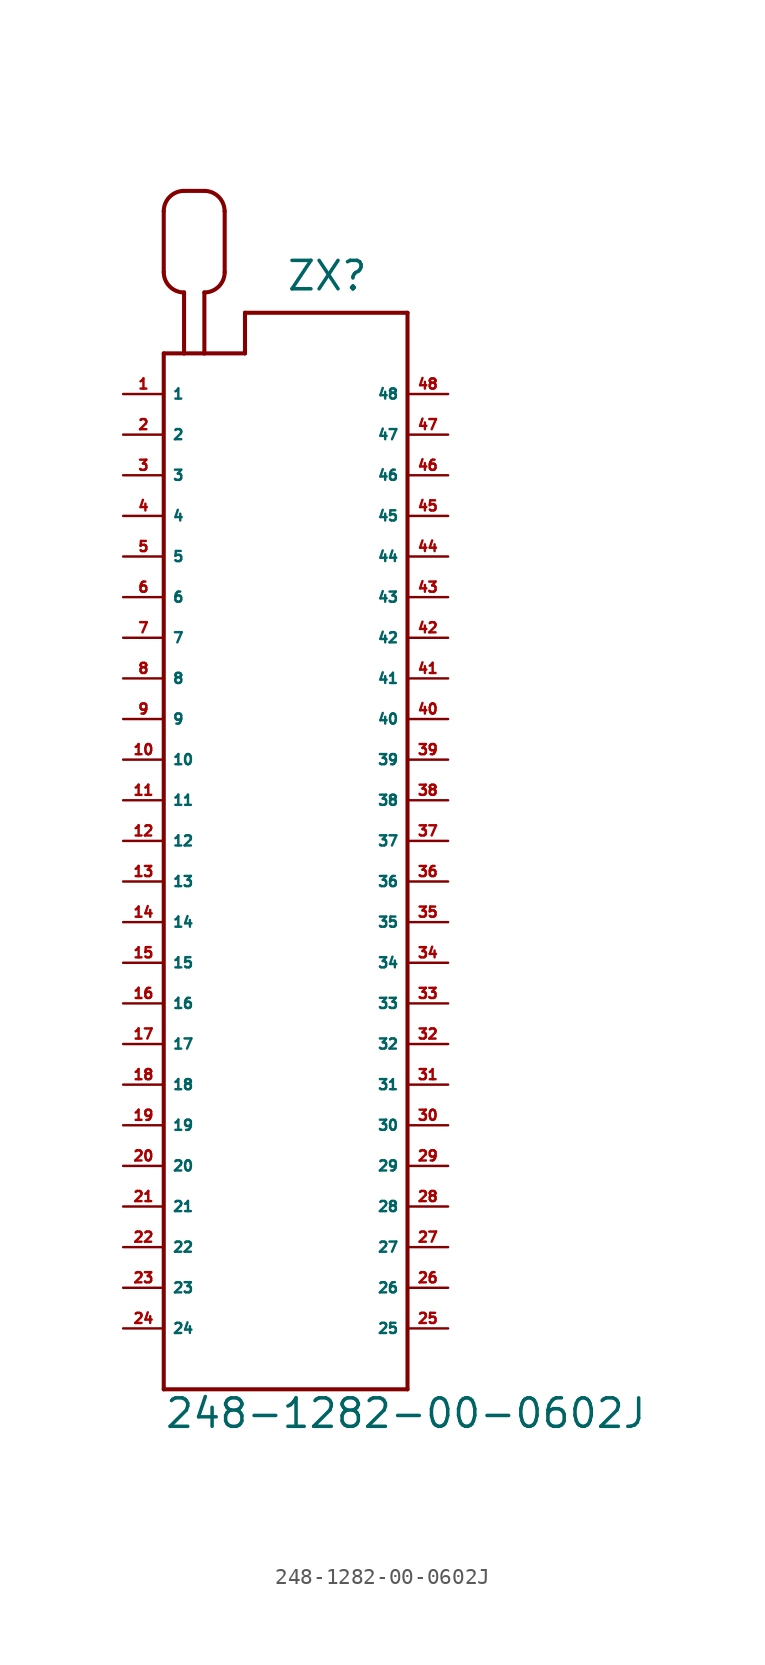
<source format=kicad_sym>
(kicad_symbol_lib
  (version 20220914)
  (generator Eagle2Kicad)
  (symbol "248-1282-00-0602J"
    (property "Reference" "ZX"
      (at 0 34.29 0)
      (effects (font (size 1.778 1.778) (thickness 0.22)) (justify left bottom)))
    (property "Value" "248-1282-00-0602J"
      (at -7.62 -36.83 0)
      (effects (font (size 1.778 1.778) (thickness 0.22)) (justify left bottom)))
    (polyline
      (pts (xy -7.62 30.48) (xy -7.62 -34.29))
      (stroke (width 0.254) (type default))
      (fill (type none)))
    (polyline
      (pts (xy -7.62 -34.29) (xy 7.62 -34.29))
      (stroke (width 0.254) (type default))
      (fill (type none)))
    (polyline
      (pts (xy 7.62 -34.29) (xy 7.62 33.02))
      (stroke (width 0.254) (type default))
      (fill (type none)))
    (polyline
      (pts (xy 7.62 33.02) (xy -2.54 33.02))
      (stroke (width 0.254) (type default))
      (fill (type none)))
    (polyline
      (pts (xy -2.54 33.02) (xy -2.54 30.48))
      (stroke (width 0.254) (type default))
      (fill (type none)))
    (polyline
      (pts (xy -2.54 30.48) (xy -5.08 30.48))
      (stroke (width 0.254) (type default))
      (fill (type none)))
    (polyline
      (pts (xy -5.08 30.48) (xy -6.35 30.48))
      (stroke (width 0.254) (type default))
      (fill (type none)))
    (polyline
      (pts (xy -6.35 30.48) (xy -7.62 30.48))
      (stroke (width 0.254) (type default))
      (fill (type none)))
    (polyline
      (pts (xy -6.35 30.48) (xy -6.35 34.29))
      (stroke (width 0.254) (type default))
      (fill (type none)))
    (arc
      (start -7.62 35.56)
      (mid -7.248 34.662)
      (end -6.35 34.29)
      (stroke (width 0.254) (type default))
      (fill (type none)))
    (polyline
      (pts (xy -7.62 35.56) (xy -7.62 39.37))
      (stroke (width 0.254) (type default))
      (fill (type none)))
    (arc
      (start -6.35 40.64)
      (mid -7.248 40.268)
      (end -7.62 39.37)
      (stroke (width 0.254) (type default))
      (fill (type none)))
    (polyline
      (pts (xy -6.35 40.64) (xy -5.08 40.64))
      (stroke (width 0.254) (type default))
      (fill (type none)))
    (arc
      (start -3.81 39.37)
      (mid -4.182 40.268)
      (end -5.08 40.64)
      (stroke (width 0.254) (type default))
      (fill (type none)))
    (polyline
      (pts (xy -3.81 39.37) (xy -3.81 35.56))
      (stroke (width 0.254) (type default))
      (fill (type none)))
    (arc
      (start -5.08 34.29)
      (mid -4.182 34.662)
      (end -3.81 35.56)
      (stroke (width 0.254) (type default))
      (fill (type none)))
    (polyline
      (pts (xy -5.08 34.29) (xy -5.08 30.48))
      (stroke (width 0.254) (type default))
      (fill (type none)))
    (pin passive line
      (at -10.16 27.94 0)
      (length 2.54)
      (name "1" (effects (font (size 0.635 0.635) (thickness 0.08)) (justify left bottom)))
      (number "1" (effects (font (size 0.635 0.635) (thickness 0.08)) (justify left bottom))))
    (pin passive line
      (at -10.16 25.4 0)
      (length 2.54)
      (name "2" (effects (font (size 0.635 0.635) (thickness 0.08)) (justify left bottom)))
      (number "2" (effects (font (size 0.635 0.635) (thickness 0.08)) (justify left bottom))))
    (pin passive line
      (at -10.16 22.86 0)
      (length 2.54)
      (name "3" (effects (font (size 0.635 0.635) (thickness 0.08)) (justify left bottom)))
      (number "3" (effects (font (size 0.635 0.635) (thickness 0.08)) (justify left bottom))))
    (pin passive line
      (at -10.16 20.32 0)
      (length 2.54)
      (name "4" (effects (font (size 0.635 0.635) (thickness 0.08)) (justify left bottom)))
      (number "4" (effects (font (size 0.635 0.635) (thickness 0.08)) (justify left bottom))))
    (pin passive line
      (at -10.16 17.78 0)
      (length 2.54)
      (name "5" (effects (font (size 0.635 0.635) (thickness 0.08)) (justify left bottom)))
      (number "5" (effects (font (size 0.635 0.635) (thickness 0.08)) (justify left bottom))))
    (pin passive line
      (at -10.16 15.24 0)
      (length 2.54)
      (name "6" (effects (font (size 0.635 0.635) (thickness 0.08)) (justify left bottom)))
      (number "6" (effects (font (size 0.635 0.635) (thickness 0.08)) (justify left bottom))))
    (pin passive line
      (at -10.16 12.7 0)
      (length 2.54)
      (name "7" (effects (font (size 0.635 0.635) (thickness 0.08)) (justify left bottom)))
      (number "7" (effects (font (size 0.635 0.635) (thickness 0.08)) (justify left bottom))))
    (pin passive line
      (at -10.16 10.16 0)
      (length 2.54)
      (name "8" (effects (font (size 0.635 0.635) (thickness 0.08)) (justify left bottom)))
      (number "8" (effects (font (size 0.635 0.635) (thickness 0.08)) (justify left bottom))))
    (pin passive line
      (at -10.16 7.62 0)
      (length 2.54)
      (name "9" (effects (font (size 0.635 0.635) (thickness 0.08)) (justify left bottom)))
      (number "9" (effects (font (size 0.635 0.635) (thickness 0.08)) (justify left bottom))))
    (pin passive line
      (at -10.16 5.08 0)
      (length 2.54)
      (name "10" (effects (font (size 0.635 0.635) (thickness 0.08)) (justify left bottom)))
      (number "10" (effects (font (size 0.635 0.635) (thickness 0.08)) (justify left bottom))))
    (pin passive line
      (at -10.16 2.54 0)
      (length 2.54)
      (name "11" (effects (font (size 0.635 0.635) (thickness 0.08)) (justify left bottom)))
      (number "11" (effects (font (size 0.635 0.635) (thickness 0.08)) (justify left bottom))))
    (pin passive line
      (at -10.16 0 0)
      (length 2.54)
      (name "12" (effects (font (size 0.635 0.635) (thickness 0.08)) (justify left bottom)))
      (number "12" (effects (font (size 0.635 0.635) (thickness 0.08)) (justify left bottom))))
    (pin passive line
      (at -10.16 -2.54 0)
      (length 2.54)
      (name "13" (effects (font (size 0.635 0.635) (thickness 0.08)) (justify left bottom)))
      (number "13" (effects (font (size 0.635 0.635) (thickness 0.08)) (justify left bottom))))
    (pin passive line
      (at -10.16 -5.08 0)
      (length 2.54)
      (name "14" (effects (font (size 0.635 0.635) (thickness 0.08)) (justify left bottom)))
      (number "14" (effects (font (size 0.635 0.635) (thickness 0.08)) (justify left bottom))))
    (pin passive line
      (at -10.16 -7.62 0)
      (length 2.54)
      (name "15" (effects (font (size 0.635 0.635) (thickness 0.08)) (justify left bottom)))
      (number "15" (effects (font (size 0.635 0.635) (thickness 0.08)) (justify left bottom))))
    (pin passive line
      (at -10.16 -10.16 0)
      (length 2.54)
      (name "16" (effects (font (size 0.635 0.635) (thickness 0.08)) (justify left bottom)))
      (number "16" (effects (font (size 0.635 0.635) (thickness 0.08)) (justify left bottom))))
    (pin passive line
      (at -10.16 -12.7 0)
      (length 2.54)
      (name "17" (effects (font (size 0.635 0.635) (thickness 0.08)) (justify left bottom)))
      (number "17" (effects (font (size 0.635 0.635) (thickness 0.08)) (justify left bottom))))
    (pin passive line
      (at -10.16 -15.24 0)
      (length 2.54)
      (name "18" (effects (font (size 0.635 0.635) (thickness 0.08)) (justify left bottom)))
      (number "18" (effects (font (size 0.635 0.635) (thickness 0.08)) (justify left bottom))))
    (pin passive line
      (at -10.16 -17.78 0)
      (length 2.54)
      (name "19" (effects (font (size 0.635 0.635) (thickness 0.08)) (justify left bottom)))
      (number "19" (effects (font (size 0.635 0.635) (thickness 0.08)) (justify left bottom))))
    (pin passive line
      (at -10.16 -20.32 0)
      (length 2.54)
      (name "20" (effects (font (size 0.635 0.635) (thickness 0.08)) (justify left bottom)))
      (number "20" (effects (font (size 0.635 0.635) (thickness 0.08)) (justify left bottom))))
    (pin passive line
      (at -10.16 -22.86 0)
      (length 2.54)
      (name "21" (effects (font (size 0.635 0.635) (thickness 0.08)) (justify left bottom)))
      (number "21" (effects (font (size 0.635 0.635) (thickness 0.08)) (justify left bottom))))
    (pin passive line
      (at -10.16 -25.4 0)
      (length 2.54)
      (name "22" (effects (font (size 0.635 0.635) (thickness 0.08)) (justify left bottom)))
      (number "22" (effects (font (size 0.635 0.635) (thickness 0.08)) (justify left bottom))))
    (pin passive line
      (at -10.16 -27.94 0)
      (length 2.54)
      (name "23" (effects (font (size 0.635 0.635) (thickness 0.08)) (justify left bottom)))
      (number "23" (effects (font (size 0.635 0.635) (thickness 0.08)) (justify left bottom))))
    (pin passive line
      (at -10.16 -30.48 0)
      (length 2.54)
      (name "24" (effects (font (size 0.635 0.635) (thickness 0.08)) (justify left bottom)))
      (number "24" (effects (font (size 0.635 0.635) (thickness 0.08)) (justify left bottom))))
    (pin passive line
      (at 10.16 -30.48 180)
      (length 2.54)
      (name "25" (effects (font (size 0.635 0.635) (thickness 0.08)) (justify left bottom)))
      (number "25" (effects (font (size 0.635 0.635) (thickness 0.08)) (justify left bottom))))
    (pin passive line
      (at 10.16 -27.94 180)
      (length 2.54)
      (name "26" (effects (font (size 0.635 0.635) (thickness 0.08)) (justify left bottom)))
      (number "26" (effects (font (size 0.635 0.635) (thickness 0.08)) (justify left bottom))))
    (pin passive line
      (at 10.16 -25.4 180)
      (length 2.54)
      (name "27" (effects (font (size 0.635 0.635) (thickness 0.08)) (justify left bottom)))
      (number "27" (effects (font (size 0.635 0.635) (thickness 0.08)) (justify left bottom))))
    (pin passive line
      (at 10.16 -22.86 180)
      (length 2.54)
      (name "28" (effects (font (size 0.635 0.635) (thickness 0.08)) (justify left bottom)))
      (number "28" (effects (font (size 0.635 0.635) (thickness 0.08)) (justify left bottom))))
    (pin passive line
      (at 10.16 -20.32 180)
      (length 2.54)
      (name "29" (effects (font (size 0.635 0.635) (thickness 0.08)) (justify left bottom)))
      (number "29" (effects (font (size 0.635 0.635) (thickness 0.08)) (justify left bottom))))
    (pin passive line
      (at 10.16 -17.78 180)
      (length 2.54)
      (name "30" (effects (font (size 0.635 0.635) (thickness 0.08)) (justify left bottom)))
      (number "30" (effects (font (size 0.635 0.635) (thickness 0.08)) (justify left bottom))))
    (pin passive line
      (at 10.16 -15.24 180)
      (length 2.54)
      (name "31" (effects (font (size 0.635 0.635) (thickness 0.08)) (justify left bottom)))
      (number "31" (effects (font (size 0.635 0.635) (thickness 0.08)) (justify left bottom))))
    (pin passive line
      (at 10.16 -12.7 180)
      (length 2.54)
      (name "32" (effects (font (size 0.635 0.635) (thickness 0.08)) (justify left bottom)))
      (number "32" (effects (font (size 0.635 0.635) (thickness 0.08)) (justify left bottom))))
    (pin passive line
      (at 10.16 -10.16 180)
      (length 2.54)
      (name "33" (effects (font (size 0.635 0.635) (thickness 0.08)) (justify left bottom)))
      (number "33" (effects (font (size 0.635 0.635) (thickness 0.08)) (justify left bottom))))
    (pin passive line
      (at 10.16 -7.62 180)
      (length 2.54)
      (name "34" (effects (font (size 0.635 0.635) (thickness 0.08)) (justify left bottom)))
      (number "34" (effects (font (size 0.635 0.635) (thickness 0.08)) (justify left bottom))))
    (pin passive line
      (at 10.16 -5.08 180)
      (length 2.54)
      (name "35" (effects (font (size 0.635 0.635) (thickness 0.08)) (justify left bottom)))
      (number "35" (effects (font (size 0.635 0.635) (thickness 0.08)) (justify left bottom))))
    (pin passive line
      (at 10.16 -2.54 180)
      (length 2.54)
      (name "36" (effects (font (size 0.635 0.635) (thickness 0.08)) (justify left bottom)))
      (number "36" (effects (font (size 0.635 0.635) (thickness 0.08)) (justify left bottom))))
    (pin passive line
      (at 10.16 0 180)
      (length 2.54)
      (name "37" (effects (font (size 0.635 0.635) (thickness 0.08)) (justify left bottom)))
      (number "37" (effects (font (size 0.635 0.635) (thickness 0.08)) (justify left bottom))))
    (pin passive line
      (at 10.16 2.54 180)
      (length 2.54)
      (name "38" (effects (font (size 0.635 0.635) (thickness 0.08)) (justify left bottom)))
      (number "38" (effects (font (size 0.635 0.635) (thickness 0.08)) (justify left bottom))))
    (pin passive line
      (at 10.16 5.08 180)
      (length 2.54)
      (name "39" (effects (font (size 0.635 0.635) (thickness 0.08)) (justify left bottom)))
      (number "39" (effects (font (size 0.635 0.635) (thickness 0.08)) (justify left bottom))))
    (pin passive line
      (at 10.16 7.62 180)
      (length 2.54)
      (name "40" (effects (font (size 0.635 0.635) (thickness 0.08)) (justify left bottom)))
      (number "40" (effects (font (size 0.635 0.635) (thickness 0.08)) (justify left bottom))))
    (pin passive line
      (at 10.16 10.16 180)
      (length 2.54)
      (name "41" (effects (font (size 0.635 0.635) (thickness 0.08)) (justify left bottom)))
      (number "41" (effects (font (size 0.635 0.635) (thickness 0.08)) (justify left bottom))))
    (pin passive line
      (at 10.16 12.7 180)
      (length 2.54)
      (name "42" (effects (font (size 0.635 0.635) (thickness 0.08)) (justify left bottom)))
      (number "42" (effects (font (size 0.635 0.635) (thickness 0.08)) (justify left bottom))))
    (pin passive line
      (at 10.16 15.24 180)
      (length 2.54)
      (name "43" (effects (font (size 0.635 0.635) (thickness 0.08)) (justify left bottom)))
      (number "43" (effects (font (size 0.635 0.635) (thickness 0.08)) (justify left bottom))))
    (pin passive line
      (at 10.16 17.78 180)
      (length 2.54)
      (name "44" (effects (font (size 0.635 0.635) (thickness 0.08)) (justify left bottom)))
      (number "44" (effects (font (size 0.635 0.635) (thickness 0.08)) (justify left bottom))))
    (pin passive line
      (at 10.16 20.32 180)
      (length 2.54)
      (name "45" (effects (font (size 0.635 0.635) (thickness 0.08)) (justify left bottom)))
      (number "45" (effects (font (size 0.635 0.635) (thickness 0.08)) (justify left bottom))))
    (pin passive line
      (at 10.16 22.86 180)
      (length 2.54)
      (name "46" (effects (font (size 0.635 0.635) (thickness 0.08)) (justify left bottom)))
      (number "46" (effects (font (size 0.635 0.635) (thickness 0.08)) (justify left bottom))))
    (pin passive line
      (at 10.16 25.4 180)
      (length 2.54)
      (name "47" (effects (font (size 0.635 0.635) (thickness 0.08)) (justify left bottom)))
      (number "47" (effects (font (size 0.635 0.635) (thickness 0.08)) (justify left bottom))))
    (pin passive line
      (at 10.16 27.94 180)
      (length 2.54)
      (name "48" (effects (font (size 0.635 0.635) (thickness 0.08)) (justify left bottom)))
      (number "48" (effects (font (size 0.635 0.635) (thickness 0.08)) (justify left bottom))))))
</source>
